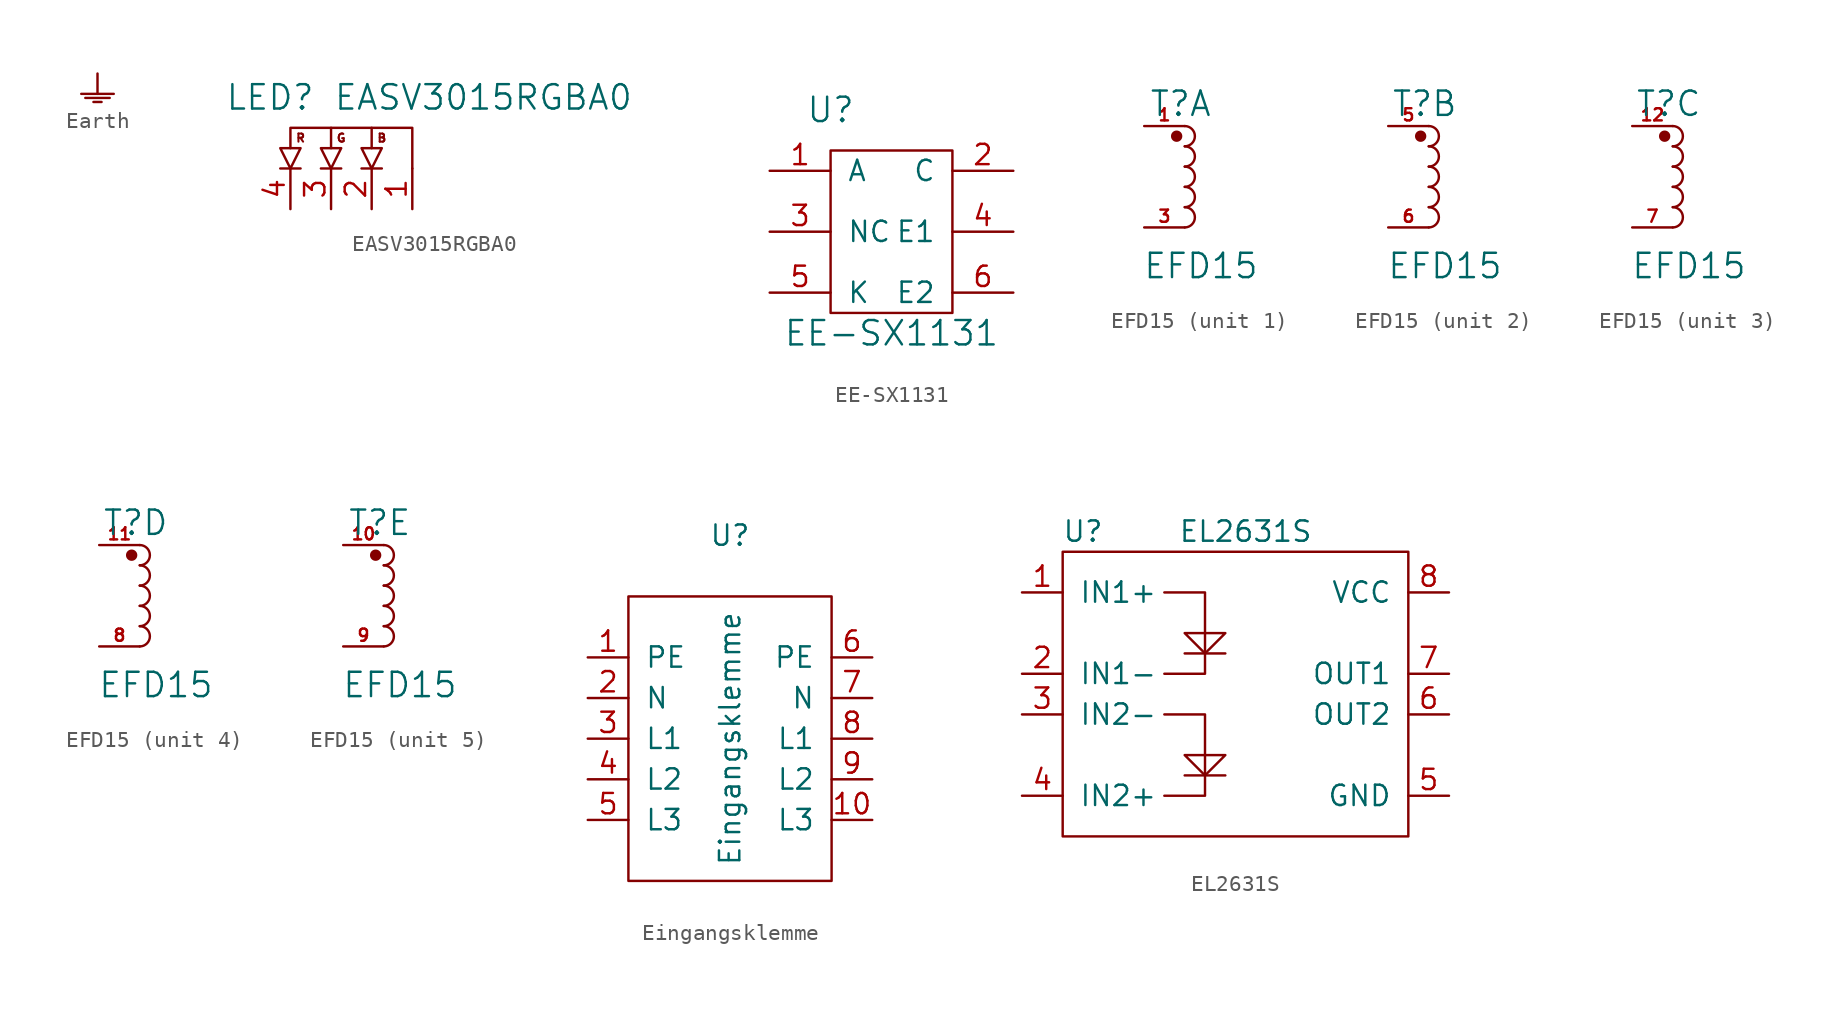
<source format=kicad_sym>
(kicad_symbol_lib
  (version 20210619)
  (generator kicad_symbol_editor)
  (symbol "tinkerforge:Earth"
    (power)
    (pin_names
      (offset 0))
    (property "Reference" "#PWR"
      (at 0 0 0)
      (effects (font (size 0.762 0.762)) hide))
    (property "Footprint" ""
      (at 0 0 0)
      (effects (font (size 1.524 1.524))))
    (property "Datasheet" ""
      (at 0 0 0)
      (effects (font (size 1.524 1.524))))
    (symbol "Earth_0_1"
      (polyline (pts (xy -1.016 -1.27) (xy 1.016 -1.27)) (stroke (width 0)) (fill (type none)))
      (polyline (pts (xy -0.762 -1.524) (xy 0.762 -1.524)) (stroke (width 0)) (fill (type none)))
      (polyline (pts (xy -0.254 -1.778) (xy 0.254 -1.778)) (stroke (width 0)) (fill (type none)))
      (polyline (pts (xy 0 0) (xy 0 -1.27)) (stroke (width 0)) (fill (type none))))
    (symbol "Earth_1_1"
      (pin power_in line (at 0 0 90) (length 0) hide (name "Earth" (effects (font (size 0.762 0.762)))) (number "1" (effects (font (size 0.762 0.762)))))))
  (symbol "tinkerforge:EASV3015RGBA0"
    (pin_names
      (offset 1.016))
    (property "Reference" "LED"
      (at -5.08 4.445 0)
      (effects (font (size 1.524 1.524))))
    (property "Value" "EASV3015RGBA0"
      (at 8.255 4.445 0)
      (effects (font (size 1.524 1.524))))
    (symbol "EASV3015RGBA0_0_0"
      (text "B" (at 1.905 1.905 0) (effects (font (size 0.508 0.508))))
      (text "G" (at -0.635 1.905 0) (effects (font (size 0.508 0.508))))
      (text "R" (at -3.175 1.905 0) (effects (font (size 0.508 0.508)))))
    (symbol "EASV3015RGBA0_0_1"
      (polyline (pts (xy -4.445 0) (xy -3.175 0)) (stroke (width 0)) (fill (type none)))
      (polyline (pts (xy -1.905 0) (xy -0.635 0)) (stroke (width 0)) (fill (type none)))
      (polyline (pts (xy -1.27 1.27) (xy -1.27 2.54)) (stroke (width 0)) (fill (type none)))
      (polyline (pts (xy 0.635 0) (xy 1.905 0)) (stroke (width 0)) (fill (type none)))
      (polyline (pts (xy 1.27 1.27) (xy 1.27 2.54)) (stroke (width 0)) (fill (type none)))
      (polyline (pts (xy -3.81 0) (xy -4.445 1.27) (xy -3.175 1.27) (xy -3.81 0)) (stroke (width 0)) (fill (type none)))
      (polyline (pts (xy -3.81 1.27) (xy -3.81 2.54) (xy 3.81 2.54) (xy 3.81 0)) (stroke (width 0)) (fill (type none)))
      (polyline (pts (xy -1.27 0) (xy -1.905 1.27) (xy -0.635 1.27) (xy -1.27 0)) (stroke (width 0)) (fill (type none)))
      (polyline (pts (xy 1.27 0) (xy 0.635 1.27) (xy 1.905 1.27) (xy 1.27 0)) (stroke (width 0)) (fill (type none))))
    (symbol "EASV3015RGBA0_1_1"
      (pin input line (at 3.81 -2.54 90) (length 2.54) (name "~" (effects (font (size 1.27 1.27)))) (number "1" (effects (font (size 1.27 1.27)))))
      (pin input line (at 1.27 -2.54 90) (length 2.54) (name "~" (effects (font (size 1.27 1.27)))) (number "2" (effects (font (size 1.27 1.27)))))
      (pin input line (at -1.27 -2.54 90) (length 2.54) (name "~" (effects (font (size 1.27 1.27)))) (number "3" (effects (font (size 1.27 1.27)))))
      (pin input line (at -3.81 -2.54 90) (length 2.54) (name "~" (effects (font (size 1.27 1.27)))) (number "4" (effects (font (size 1.27 1.27)))))))
  (symbol "tinkerforge:EE-SX1131"
    (pin_names
      (offset 1.016))
    (property "Reference" "U"
      (at -3.81 7.62 0)
      (effects (font (size 1.524 1.524))))
    (property "Value" "EE-SX1131"
      (at 0 -6.35 0)
      (effects (font (size 1.524 1.524))))
    (property "Footprint" ""
      (at 0 0 0)
      (effects (font (size 1.524 1.524))))
    (property "Datasheet" ""
      (at 0 0 0)
      (effects (font (size 1.524 1.524))))
    (symbol "EE-SX1131_0_1"
      (rectangle (start -3.81 5.08) (end 3.81 -5.08) (stroke (width 0)) (fill (type none))))
    (symbol "EE-SX1131_1_1"
      (pin passive line (at -7.62 3.81 0) (length 3.81) (name "A" (effects (font (size 1.27 1.27)))) (number "1" (effects (font (size 1.27 1.27)))))
      (pin passive line (at 7.62 3.81 180) (length 3.81) (name "C" (effects (font (size 1.27 1.27)))) (number "2" (effects (font (size 1.27 1.27)))))
      (pin passive line (at -7.62 0 0) (length 3.81) (name "NC" (effects (font (size 1.27 1.27)))) (number "3" (effects (font (size 1.27 1.27)))))
      (pin passive line (at 7.62 0 180) (length 3.81) (name "E1" (effects (font (size 1.27 1.27)))) (number "4" (effects (font (size 1.27 1.27)))))
      (pin passive line (at -7.62 -3.81 0) (length 3.81) (name "K" (effects (font (size 1.27 1.27)))) (number "5" (effects (font (size 1.27 1.27)))))
      (pin passive line (at 7.62 -3.81 180) (length 3.81) (name "E2" (effects (font (size 1.27 1.27)))) (number "6" (effects (font (size 1.27 1.27)))))))
  (symbol "tinkerforge:EFD15"
    (pin_names
      (offset 1.016))
    (property "Reference" "T"
      (at -0.254 3.937 0)
      (effects (font (size 1.524 1.524))))
    (property "Value" "EFD15"
      (at 1.016 -6.223 0)
      (effects (font (size 1.524 1.524))))
    (property "Footprint" ""
      (at 0 0 0)
      (effects (font (size 1.524 1.524))))
    (property "Datasheet" ""
      (at 0 0 0)
      (effects (font (size 1.524 1.524))))
    (symbol "EFD15_0_1"
      (arc (start 0 -3.81) (end 0 -2.54) (radius (at 0 -3.175) (length 0.635) (angles -89.9 89.9)) (stroke (width 0)) (fill (type none)))
      (arc (start 0 -2.54) (end 0 -1.27) (radius (at 0 -1.905) (length 0.635) (angles -89.9 89.9)) (stroke (width 0)) (fill (type none)))
      (arc (start 0 -1.27) (end 0 0) (radius (at 0 -0.635) (length 0.635) (angles -89.9 89.9)) (stroke (width 0)) (fill (type none)))
      (arc (start 0 0) (end 0 1.27) (radius (at 0 0.635) (length 0.635) (angles -89.9 89.9)) (stroke (width 0)) (fill (type none)))
      (arc (start 0 1.27) (end 0 2.54) (radius (at 0 1.905) (length 0.635) (angles -89.9 89.9)) (stroke (width 0)) (fill (type none)))
      (circle (center -0.508 1.905) (radius 0.279) (stroke (width 0)) (fill (type outline))))
    (symbol "EFD15_1_1"
      (pin passive line (at -2.54 2.54 0) (length 2.54) (name "~" (effects (font (size 0.762 0.762)))) (number "1" (effects (font (size 0.762 0.762)))))
      (pin passive line (at -2.54 -3.81 0) (length 2.54) (name "~" (effects (font (size 0.762 0.762)))) (number "3" (effects (font (size 0.762 0.762))))))
    (symbol "EFD15_2_1"
      (pin passive line (at -2.54 2.54 0) (length 2.54) (name "~" (effects (font (size 0.762 0.762)))) (number "5" (effects (font (size 0.762 0.762)))))
      (pin passive line (at -2.54 -3.81 0) (length 2.54) (name "~" (effects (font (size 0.762 0.762)))) (number "6" (effects (font (size 0.762 0.762))))))
    (symbol "EFD15_3_1"
      (pin passive line (at -2.54 2.54 0) (length 2.54) (name "~" (effects (font (size 0.762 0.762)))) (number "12" (effects (font (size 0.762 0.762)))))
      (pin passive line (at -2.54 -3.81 0) (length 2.54) (name "~" (effects (font (size 0.762 0.762)))) (number "7" (effects (font (size 0.762 0.762))))))
    (symbol "EFD15_4_1"
      (pin passive line (at -2.54 2.54 0) (length 2.54) (name "~" (effects (font (size 0.762 0.762)))) (number "11" (effects (font (size 0.762 0.762)))))
      (pin passive line (at -2.54 -3.81 0) (length 2.54) (name "~" (effects (font (size 0.762 0.762)))) (number "8" (effects (font (size 0.762 0.762))))))
    (symbol "EFD15_5_1"
      (pin passive line (at -2.54 2.54 0) (length 2.54) (name "~" (effects (font (size 0.762 0.762)))) (number "10" (effects (font (size 0.762 0.762)))))
      (pin passive line (at -2.54 -3.81 0) (length 2.54) (name "~" (effects (font (size 0.762 0.762)))) (number "9" (effects (font (size 0.762 0.762)))))))
  (symbol "tinkerforge:Eingangsklemme"
    (pin_names
      (offset 1.016))
    (property "Reference" "U"
      (at 0 12.7 0)
      (effects (font (size 1.27 1.27))))
    (property "Value" "Eingangsklemme"
      (at 0 0 90)
      (effects (font (size 1.27 1.27))))
    (symbol "Eingangsklemme_0_1"
      (rectangle (start -6.35 8.89) (end 6.35 -8.89) (stroke (width 0)) (fill (type none))))
    (symbol "Eingangsklemme_1_1"
      (pin input line (at -8.89 5.08 0) (length 2.54) (name "PE" (effects (font (size 1.27 1.27)))) (number "1" (effects (font (size 1.27 1.27)))))
      (pin output line (at 8.89 -5.08 180) (length 2.54) (name "L3" (effects (font (size 1.27 1.27)))) (number "10" (effects (font (size 1.27 1.27)))))
      (pin input line (at -8.89 2.54 0) (length 2.54) (name "N" (effects (font (size 1.27 1.27)))) (number "2" (effects (font (size 1.27 1.27)))))
      (pin input line (at -8.89 0 0) (length 2.54) (name "L1" (effects (font (size 1.27 1.27)))) (number "3" (effects (font (size 1.27 1.27)))))
      (pin input line (at -8.89 -2.54 0) (length 2.54) (name "L2" (effects (font (size 1.27 1.27)))) (number "4" (effects (font (size 1.27 1.27)))))
      (pin input line (at -8.89 -5.08 0) (length 2.54) (name "L3" (effects (font (size 1.27 1.27)))) (number "5" (effects (font (size 1.27 1.27)))))
      (pin output line (at 8.89 5.08 180) (length 2.54) (name "PE" (effects (font (size 1.27 1.27)))) (number "6" (effects (font (size 1.27 1.27)))))
      (pin output line (at 8.89 2.54 180) (length 2.54) (name "N" (effects (font (size 1.27 1.27)))) (number "7" (effects (font (size 1.27 1.27)))))
      (pin output line (at 8.89 0 180) (length 2.54) (name "L1" (effects (font (size 1.27 1.27)))) (number "8" (effects (font (size 1.27 1.27)))))
      (pin output line (at 8.89 -2.54 180) (length 2.54) (name "L2" (effects (font (size 1.27 1.27)))) (number "9" (effects (font (size 1.27 1.27)))))))
  (symbol "tinkerforge:EL2631S"
    (pin_names
      (offset 1.016))
    (property "Reference" "U"
      (at -10.16 7.62 0)
      (effects (font (size 1.27 1.27))))
    (property "Value" "EL2631S"
      (at 0 7.62 0)
      (effects (font (size 1.27 1.27))))
    (symbol "EL2631S_0_1"
      (rectangle (start -11.43 6.35) (end 10.16 -11.43) (stroke (width 0)) (fill (type none)))
      (polyline (pts (xy -3.81 0) (xy -1.27 0)) (stroke (width 0)) (fill (type none)))
      (polyline (pts (xy -5.08 3.81) (xy -2.54 3.81) (xy -2.54 -1.27) (xy -5.08 -1.27)) (stroke (width 0)) (fill (type none)))
      (polyline (pts (xy -2.54 0) (xy -3.81 1.27) (xy -1.27 1.27) (xy -2.54 0)) (stroke (width 0)) (fill (type none))))
    (symbol "EL2631S_1_1"
      (polyline (pts (xy -3.81 -7.62) (xy -1.27 -7.62)) (stroke (width 0)) (fill (type none)))
      (polyline (pts (xy -5.08 -3.81) (xy -2.54 -3.81) (xy -2.54 -8.89) (xy -5.08 -8.89)) (stroke (width 0)) (fill (type none)))
      (polyline (pts (xy -2.54 -7.62) (xy -3.81 -6.35) (xy -1.27 -6.35) (xy -2.54 -7.62)) (stroke (width 0)) (fill (type none)))
      (pin input line (at -13.97 3.81 0) (length 2.54) (name "IN1+" (effects (font (size 1.27 1.27)))) (number "1" (effects (font (size 1.27 1.27)))))
      (pin input line (at -13.97 -1.27 0) (length 2.54) (name "IN1-" (effects (font (size 1.27 1.27)))) (number "2" (effects (font (size 1.27 1.27)))))
      (pin input line (at -13.97 -3.81 0) (length 2.54) (name "IN2-" (effects (font (size 1.27 1.27)))) (number "3" (effects (font (size 1.27 1.27)))))
      (pin input line (at -13.97 -8.89 0) (length 2.54) (name "IN2+" (effects (font (size 1.27 1.27)))) (number "4" (effects (font (size 1.27 1.27)))))
      (pin input line (at 12.7 -8.89 180) (length 2.54) (name "GND" (effects (font (size 1.27 1.27)))) (number "5" (effects (font (size 1.27 1.27)))))
      (pin input line (at 12.7 -3.81 180) (length 2.54) (name "OUT2" (effects (font (size 1.27 1.27)))) (number "6" (effects (font (size 1.27 1.27)))))
      (pin input line (at 12.7 -1.27 180) (length 2.54) (name "OUT1" (effects (font (size 1.27 1.27)))) (number "7" (effects (font (size 1.27 1.27)))))
      (pin input line (at 12.7 3.81 180) (length 2.54) (name "VCC" (effects (font (size 1.27 1.27)))) (number "8" (effects (font (size 1.27 1.27))))))))
</source>
